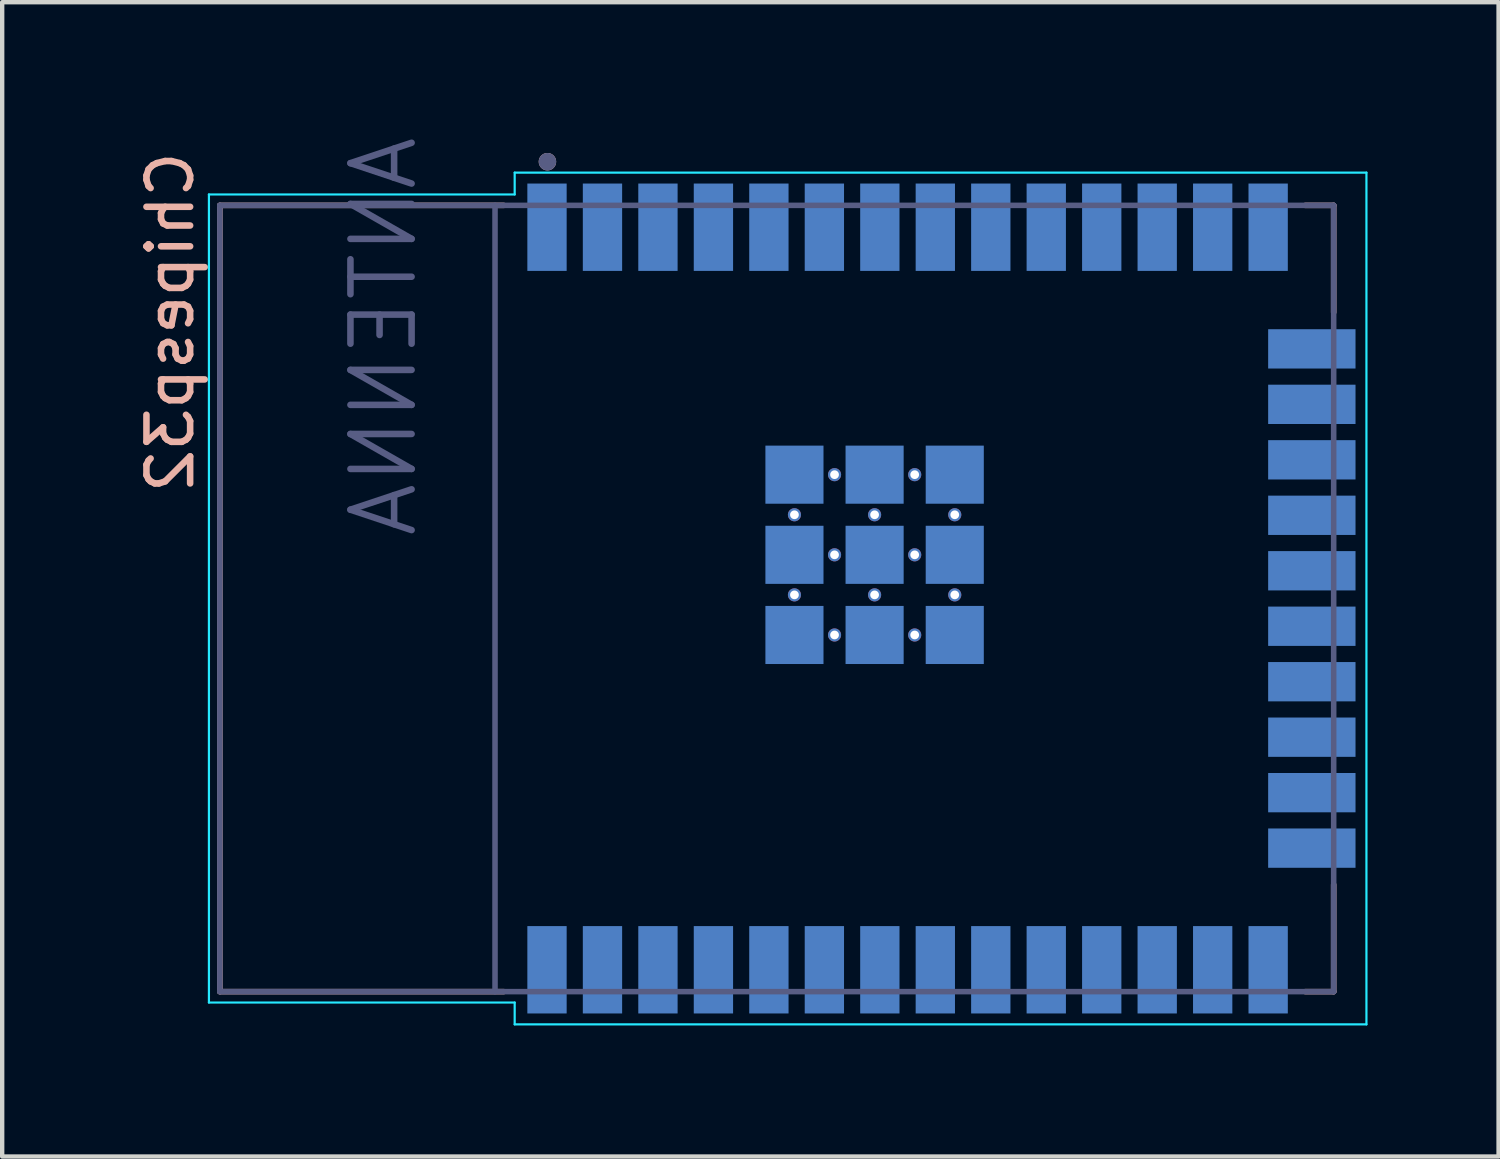
<source format=kicad_pcb>
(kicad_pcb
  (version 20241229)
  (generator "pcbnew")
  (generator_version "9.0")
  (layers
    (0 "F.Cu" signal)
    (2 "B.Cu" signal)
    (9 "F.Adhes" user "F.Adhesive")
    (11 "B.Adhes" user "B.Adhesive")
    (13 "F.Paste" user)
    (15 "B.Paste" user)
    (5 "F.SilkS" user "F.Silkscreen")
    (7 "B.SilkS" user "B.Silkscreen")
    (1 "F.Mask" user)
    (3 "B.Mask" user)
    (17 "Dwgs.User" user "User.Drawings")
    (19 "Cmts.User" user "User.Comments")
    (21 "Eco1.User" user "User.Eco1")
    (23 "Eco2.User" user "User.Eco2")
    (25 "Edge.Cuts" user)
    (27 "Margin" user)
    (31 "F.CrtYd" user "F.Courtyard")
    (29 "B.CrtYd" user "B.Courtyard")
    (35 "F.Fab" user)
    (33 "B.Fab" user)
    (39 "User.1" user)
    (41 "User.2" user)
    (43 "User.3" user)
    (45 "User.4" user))
  (footprint "Chipesp32"
    (layer "B.Cu")
    (at 14.733 10.652 -90)
    (property "Reference" "Chipesp32" (at -6.325 13.885 90) (layer "B.SilkS") (effects (font (size 1 1) (thickness 0.15)) (justify mirror)))
    (attr through_hole)
    (fp_line (start -9 12.75) (end 9 12.75) (stroke (width 0.127) (type solid)) (layer "B.SilkS"))
    (fp_line (start 9 12.75) (end 9 6.25) (stroke (width 0.127) (type solid)) (layer "B.SilkS"))
    (fp_line (start -9 6.25) (end -9 12.75) (stroke (width 0.127) (type solid)) (layer "B.SilkS"))
    (fp_line (start -9 -12.1) (end -9 -12.75) (stroke (width 0.127) (type solid)) (layer "B.SilkS"))
    (fp_line (start -9 -12.75) (end -6.55 -12.75) (stroke (width 0.127) (type solid)) (layer "B.SilkS"))
    (fp_line (start 6.55 -12.75) (end 9 -12.75) (stroke (width 0.127) (type solid)) (layer "B.SilkS"))
    (fp_line (start 9 -12.75) (end 9 -12.1) (stroke (width 0.127) (type solid)) (layer "B.SilkS"))
    (fp_circle (center -10 5.25) (end -9.9 5.25) (stroke (width 0.2) (type solid)) (fill no) (layer "B.SilkS"))
    (fp_line (start -9.25 13) (end 9.25 13) (stroke (width 0.05) (type solid)) (layer "B.CrtYd"))
    (fp_line (start 9.25 13) (end 9.25 6) (stroke (width 0.05) (type solid)) (layer "B.CrtYd"))
    (fp_line (start -9.75 6) (end -9.25 6) (stroke (width 0.05) (type solid)) (layer "B.CrtYd"))
    (fp_line (start -9.25 6) (end -9.25 13) (stroke (width 0.05) (type solid)) (layer "B.CrtYd"))
    (fp_line (start 9.25 6) (end 9.75 6) (stroke (width 0.05) (type solid)) (layer "B.CrtYd"))
    (fp_line (start 9.75 6) (end 9.75 -13.5) (stroke (width 0.05) (type solid)) (layer "B.CrtYd"))
    (fp_line (start -9.75 -13.5) (end -9.75 6) (stroke (width 0.05) (type solid)) (layer "B.CrtYd"))
    (fp_line (start 9.75 -13.5) (end -9.75 -13.5) (stroke (width 0.05) (type solid)) (layer "B.CrtYd"))
    (fp_line (start -9 12.75) (end 9 12.75) (stroke (width 0.127) (type solid)) (layer "B.Fab"))
    (fp_line (start -9 12.75) (end -9 6.45) (stroke (width 0.127) (type solid)) (layer "B.Fab"))
    (fp_line (start 9 12.75) (end 9 6.45) (stroke (width 0.127) (type solid)) (layer "B.Fab"))
    (fp_line (start -9 6.45) (end 9 6.45) (stroke (width 0.127) (type solid)) (layer "B.Fab"))
    (fp_line (start 9 6.45) (end 9 -12.75) (stroke (width 0.127) (type solid)) (layer "B.Fab"))
    (fp_line (start -9 -12.75) (end -9 6.45) (stroke (width 0.127) (type solid)) (layer "B.Fab"))
    (fp_line (start 9 -12.75) (end -9 -12.75) (stroke (width 0.127) (type solid)) (layer "B.Fab"))
    (fp_circle (center -10 5.25) (end -9.9 5.25) (stroke (width 0.2) (type solid)) (fill no) (layer "B.Fab"))
    (fp_text user "ANTENNA" (at -6 9 90) (layer "B.Fab") (effects (font (size 1.4 1.4) (thickness 0.15)) (justify mirror)))
    (pad "1" smd rect (at -8.5 5.26 270) (size 2 0.9) (layers "B.Cu" "B.Mask" "B.Paste"))
    (pad "2" smd rect (at -8.5 3.99 270) (size 2 0.9) (layers "B.Cu" "B.Mask" "B.Paste"))
    (pad "3" smd rect (at -8.5 2.72 270) (size 2 0.9) (layers "B.Cu" "B.Mask" "B.Paste"))
    (pad "4" smd rect (at -8.5 1.45 270) (size 2 0.9) (layers "B.Cu" "B.Mask" "B.Paste"))
    (pad "5" smd rect (at -8.5 0.18 270) (size 2 0.9) (layers "B.Cu" "B.Mask" "B.Paste"))
    (pad "6" smd rect (at -8.5 -1.09 270) (size 2 0.9) (layers "B.Cu" "B.Mask" "B.Paste"))
    (pad "7" smd rect (at -8.5 -2.36 270) (size 2 0.9) (layers "B.Cu" "B.Mask" "B.Paste"))
    (pad "8" smd rect (at -8.5 -3.63 270) (size 2 0.9) (layers "B.Cu" "B.Mask" "B.Paste"))
    (pad "9" smd rect (at -8.5 -4.9 270) (size 2 0.9) (layers "B.Cu" "B.Mask" "B.Paste"))
    (pad "10" smd rect (at -8.5 -6.17 270) (size 2 0.9) (layers "B.Cu" "B.Mask" "B.Paste"))
    (pad "11" smd rect (at -8.5 -7.44 270) (size 2 0.9) (layers "B.Cu" "B.Mask" "B.Paste"))
    (pad "12" smd rect (at -8.5 -8.71 270) (size 2 0.9) (layers "B.Cu" "B.Mask" "B.Paste"))
    (pad "13" smd rect (at -8.5 -9.98 270) (size 2 0.9) (layers "B.Cu" "B.Mask" "B.Paste"))
    (pad "14" smd rect (at -8.5 -11.25 270) (size 2 0.9) (layers "B.Cu" "B.Mask" "B.Paste"))
    (pad "15" smd rect (at -5.715 -12.25 270) (size 0.9 2) (layers "B.Cu" "B.Mask" "B.Paste"))
    (pad "16" smd rect (at -4.445 -12.25 270) (size 0.9 2) (layers "B.Cu" "B.Mask" "B.Paste"))
    (pad "17" smd rect (at -3.175 -12.25 270) (size 0.9 2) (layers "B.Cu" "B.Mask" "B.Paste"))
    (pad "18" smd rect (at -1.905 -12.25 270) (size 0.9 2) (layers "B.Cu" "B.Mask" "B.Paste"))
    (pad "19" smd rect (at -0.635 -12.25 270) (size 0.9 2) (layers "B.Cu" "B.Mask" "B.Paste"))
    (pad "20" smd rect (at 0.635 -12.25 270) (size 0.9 2) (layers "B.Cu" "B.Mask" "B.Paste"))
    (pad "21" smd rect (at 1.905 -12.25 270) (size 0.9 2) (layers "B.Cu" "B.Mask" "B.Paste"))
    (pad "22" smd rect (at 3.175 -12.25 270) (size 0.9 2) (layers "B.Cu" "B.Mask" "B.Paste"))
    (pad "23" smd rect (at 4.445 -12.25 270) (size 0.9 2) (layers "B.Cu" "B.Mask" "B.Paste"))
    (pad "24" smd rect (at 5.715 -12.25 270) (size 0.9 2) (layers "B.Cu" "B.Mask" "B.Paste"))
    (pad "25" smd rect (at 8.5 -11.25 270) (size 2 0.9) (layers "B.Cu" "B.Mask" "B.Paste"))
    (pad "26" smd rect (at 8.5 -9.98 270) (size 2 0.9) (layers "B.Cu" "B.Mask" "B.Paste"))
    (pad "27" smd rect (at 8.5 -8.71 270) (size 2 0.9) (layers "B.Cu" "B.Mask" "B.Paste"))
    (pad "28" smd rect (at 8.5 -7.44 270) (size 2 0.9) (layers "B.Cu" "B.Mask" "B.Paste"))
    (pad "29" smd rect (at 8.5 -6.17 270) (size 2 0.9) (layers "B.Cu" "B.Mask" "B.Paste"))
    (pad "30" smd rect (at 8.5 -4.9 270) (size 2 0.9) (layers "B.Cu" "B.Mask" "B.Paste"))
    (pad "31" smd rect (at 8.5 -3.63 270) (size 2 0.9) (layers "B.Cu" "B.Mask" "B.Paste"))
    (pad "32" smd rect (at 8.5 -2.36 270) (size 2 0.9) (layers "B.Cu" "B.Mask" "B.Paste"))
    (pad "33" smd rect (at 8.5 -1.09 270) (size 2 0.9) (layers "B.Cu" "B.Mask" "B.Paste"))
    (pad "34" smd rect (at 8.5 0.18 270) (size 2 0.9) (layers "B.Cu" "B.Mask" "B.Paste"))
    (pad "35" smd rect (at 8.5 1.45 270) (size 2 0.9) (layers "B.Cu" "B.Mask" "B.Paste"))
    (pad "36" smd rect (at 8.5 2.72 270) (size 2 0.9) (layers "B.Cu" "B.Mask" "B.Paste"))
    (pad "37" smd rect (at 8.5 3.99 270) (size 2 0.9) (layers "B.Cu" "B.Mask" "B.Paste"))
    (pad "38" smd rect (at 8.5 5.26 270) (size 2 0.9) (layers "B.Cu" "B.Mask" "B.Paste"))
    (pad "39_1" smd rect (at -2.835 -0.405 270) (size 1.33 1.33) (layers "B.Cu" "B.Mask" "B.Paste"))
    (pad "39_2" smd rect (at -1 -0.405 270) (size 1.33 1.33) (layers "B.Cu" "B.Mask" "B.Paste"))
    (pad "39_3" smd rect (at 0.835 -0.405 270) (size 1.33 1.33) (layers "B.Cu" "B.Mask" "B.Paste"))
    (pad "39_4" smd rect (at -2.835 -2.24 270) (size 1.33 1.33) (layers "B.Cu" "B.Mask" "B.Paste"))
    (pad "39_5" smd rect (at -1 -2.24 270) (size 1.33 1.33) (layers "B.Cu" "B.Mask" "B.Paste"))
    (pad "39_6" smd rect (at 0.835 -2.24 270) (size 1.33 1.33) (layers "B.Cu" "B.Mask" "B.Paste"))
    (pad "39_7" smd rect (at -2.835 -4.075 270) (size 1.33 1.33) (layers "B.Cu" "B.Mask" "B.Paste"))
    (pad "39_8" smd rect (at -1 -4.075 270) (size 1.33 1.33) (layers "B.Cu" "B.Mask" "B.Paste"))
    (pad "39_9" smd rect (at 0.835 -4.075 270) (size 1.33 1.33) (layers "B.Cu" "B.Mask" "B.Paste"))
    (pad "39_10" thru_hole circle (at -1.917 -0.405 270) (size 0.3 0.3) (drill 0.2) (layers "*.Cu" "*.Mask"))
    (pad "39_11" thru_hole circle (at -0.083 -0.405 270) (size 0.3 0.3) (drill 0.2) (layers "*.Cu" "*.Mask"))
    (pad "39_12" thru_hole circle (at -2.835 -1.323 270) (size 0.3 0.3) (drill 0.2) (layers "*.Cu" "*.Mask"))
    (pad "39_13" thru_hole circle (at -1 -1.323 270) (size 0.3 0.3) (drill 0.2) (layers "*.Cu" "*.Mask"))
    (pad "39_14" thru_hole circle (at 0.835 -1.323 270) (size 0.3 0.3) (drill 0.2) (layers "*.Cu" "*.Mask"))
    (pad "39_15" thru_hole circle (at -1.917 -2.24 270) (size 0.3 0.3) (drill 0.2) (layers "*.Cu" "*.Mask"))
    (pad "39_16" thru_hole circle (at -0.083 -2.24 270) (size 0.3 0.3) (drill 0.2) (layers "*.Cu" "*.Mask"))
    (pad "39_17" thru_hole circle (at -2.835 -3.158 270) (size 0.3 0.3) (drill 0.2) (layers "*.Cu" "*.Mask"))
    (pad "39_18" thru_hole circle (at -1 -3.158 270) (size 0.3 0.3) (drill 0.2) (layers "*.Cu" "*.Mask"))
    (pad "39_19" thru_hole circle (at 0.835 -3.158 270) (size 0.3 0.3) (drill 0.2) (layers "*.Cu" "*.Mask"))
    (pad "39_20" thru_hole circle (at -1.917 -4.075 270) (size 0.3 0.3) (drill 0.2) (layers "*.Cu" "*.Mask"))
    (pad "39_21" thru_hole circle (at -0.083 -4.075 270) (size 0.3 0.3) (drill 0.2) (layers "*.Cu" "*.Mask"))
    (zone (net_name "") (layer "F.Cu") (hatch full 0.508) (connect_pads) (min_thickness 0.01) (filled_areas_thickness no) (keepout (tracks not_allowed) (vias not_allowed) (pads not_allowed) (copperpour not_allowed) (footprints allowed)) (placement (enabled no)) (fill) (polygon (pts (xy 1.983 1.652) (xy 1.983 19.652) (xy 8.283 19.652) (xy 8.283 1.652))))
    (zone (net_name "") (layers "F.Cu" "B.Cu") (hatch full 0.508) (connect_pads) (min_thickness 0.01) (filled_areas_thickness no) (keepout (tracks allowed) (vias not_allowed) (pads allowed) (copperpour allowed) (footprints allowed)) (placement (enabled no)) (fill) (polygon (pts (xy 1.983 1.652) (xy 1.983 19.652) (xy 8.283 19.652) (xy 8.283 1.652))))
    (zone (net_name "") (layer "B.Cu") (hatch full 0.508) (connect_pads) (min_thickness 0.01) (filled_areas_thickness no) (keepout (tracks not_allowed) (vias not_allowed) (pads not_allowed) (copperpour not_allowed) (footprints allowed)) (placement (enabled no)) (fill) (polygon (pts (xy 1.983 1.652) (xy 1.983 19.652) (xy 8.283 19.652) (xy 8.283 1.652)))))
  (gr_rect
    (start -3 -3)
    (end 31.258 23.427)
    (stroke (width 0.1) (type default))
    (fill no)
    (layer "Edge.Cuts")))
</source>
